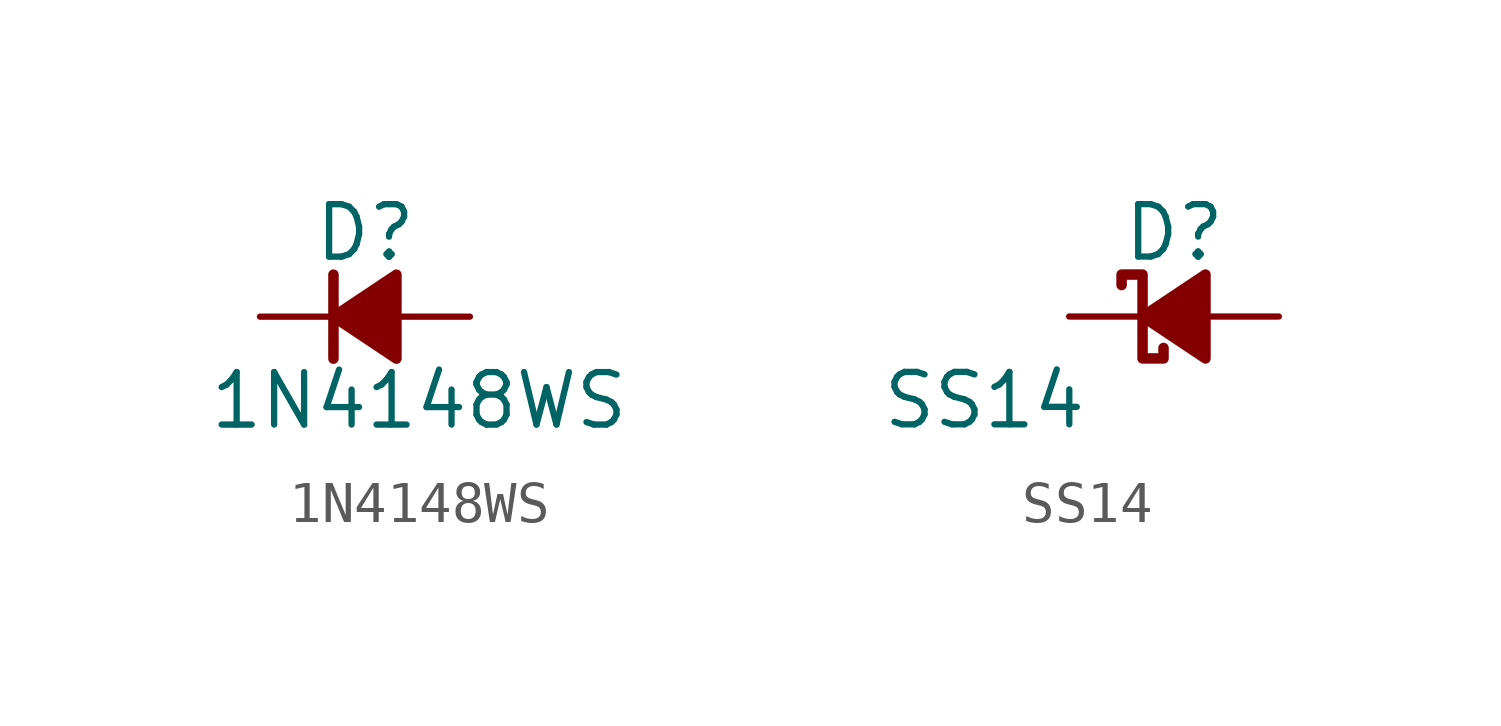
<source format=kicad_sym>
(kicad_symbol_lib
  (version 20231120)
  (generator "kicad_symbol_editor")
  (generator_version "8.0")
  (symbol "1N4148WS"
    (pin_numbers hide)
    (pin_names
      (offset 0.254) hide)
    (property "Reference" "D"
      (at -1.27 2.032 0)
      (effects (font (size 1.27 1.27)) (justify left)))
    (property "Value" "1N4148WS"
      (at -3.81 -2.032 0)
      (effects (font (size 1.27 1.27)) (justify left)))
    (symbol "1N4148WS_0_1"
      (polyline (pts (xy -0.762 -1.016) (xy -0.762 1.016)) (stroke (width 0.254) (type default)) (fill (type none)))
      (polyline (pts (xy -0.762 0) (xy 0.762 0)) (stroke (width 0) (type default)) (fill (type none)))
      (polyline (pts (xy 0.762 -1.016) (xy -0.762 0) (xy 0.762 1.016) (xy 0.762 -1.016)) (stroke (width 0.254) (type default)) (fill (type outline))))
    (symbol "1N4148WS_1_1"
      (pin passive line (at -2.54 0 0) (length 1.778) (name "K" (effects (font (size 1.27 1.27)))) (number "1" (effects (font (size 1.27 1.27)))))
      (pin passive line (at 2.54 0 180) (length 1.778) (name "A" (effects (font (size 1.27 1.27)))) (number "2" (effects (font (size 1.27 1.27)))))))
  (symbol "SS14"
    (pin_numbers hide)
    (pin_names
      (offset 0.254) hide)
    (property "Reference" "D"
      (at -1.27 2.032 0)
      (effects (font (size 1.27 1.27)) (justify left)))
    (property "Value" "SS14"
      (at -7.112 -2.032 0)
      (effects (font (size 1.27 1.27)) (justify left)))
    (symbol "SS14_0_1"
      (polyline (pts (xy -0.762 0) (xy 0.762 0)) (stroke (width 0) (type default)) (fill (type none)))
      (polyline (pts (xy 0.762 -1.016) (xy -0.762 0) (xy 0.762 1.016) (xy 0.762 -1.016)) (stroke (width 0.254) (type default)) (fill (type outline)))
      (polyline (pts (xy -1.27 0.762) (xy -1.27 1.016) (xy -0.762 1.016) (xy -0.762 -1.016) (xy -0.254 -1.016) (xy -0.254 -0.762)) (stroke (width 0.254) (type default)) (fill (type none))))
    (symbol "SS14_1_1"
      (pin passive line (at -2.54 0 0) (length 1.778) (name "K" (effects (font (size 1.27 1.27)))) (number "1" (effects (font (size 1.27 1.27)))))
      (pin passive line (at 2.54 0 180) (length 1.778) (name "A" (effects (font (size 1.27 1.27)))) (number "2" (effects (font (size 1.27 1.27))))))))
</source>
